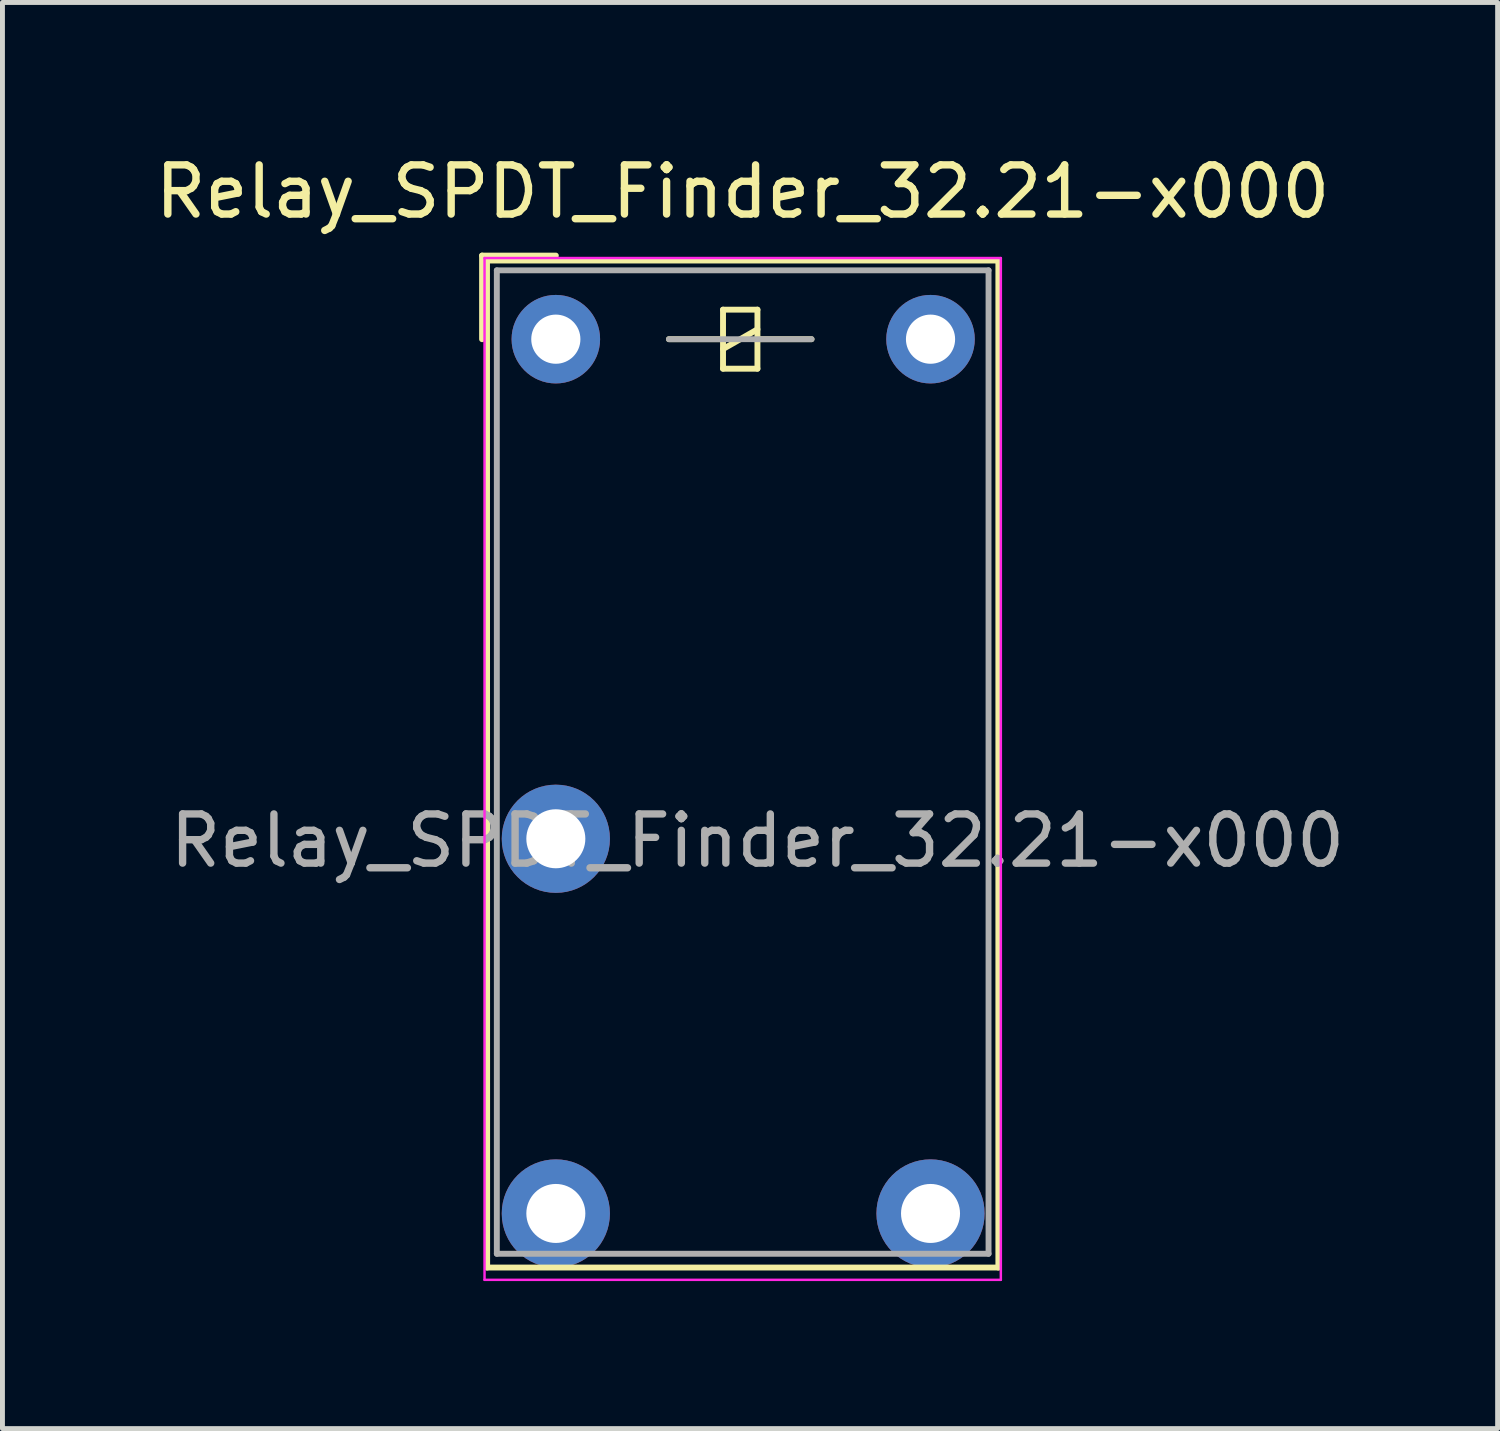
<source format=kicad_pcb>
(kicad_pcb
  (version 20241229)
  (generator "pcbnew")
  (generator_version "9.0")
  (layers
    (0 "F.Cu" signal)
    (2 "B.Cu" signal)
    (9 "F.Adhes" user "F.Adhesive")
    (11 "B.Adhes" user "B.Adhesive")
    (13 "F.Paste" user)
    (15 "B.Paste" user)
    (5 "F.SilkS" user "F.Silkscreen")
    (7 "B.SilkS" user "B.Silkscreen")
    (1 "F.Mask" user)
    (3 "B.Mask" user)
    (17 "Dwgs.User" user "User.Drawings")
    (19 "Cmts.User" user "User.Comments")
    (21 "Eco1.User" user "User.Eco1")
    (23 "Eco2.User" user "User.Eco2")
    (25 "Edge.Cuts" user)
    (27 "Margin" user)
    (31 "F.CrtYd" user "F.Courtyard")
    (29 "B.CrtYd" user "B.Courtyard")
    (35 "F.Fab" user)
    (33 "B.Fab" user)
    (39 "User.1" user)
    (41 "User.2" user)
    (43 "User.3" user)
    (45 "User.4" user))
  (footprint "Relay_SPDT_Finder_32.21-x000"
    (layer "F.Cu")
    (at 8.254 3.848)
    (property "Reference" "Relay_SPDT_Finder_32.21-x000" (at 3.8 -3 0) (layer "F.SilkS") (effects (font (size 1 1) (thickness 0.15))))
    (attr through_hole)
    (fp_line (start -1.5 -1.7) (end 0 -1.7) (stroke (width 0.12) (type solid)) (layer "F.SilkS"))
    (fp_line (start -1.5 0) (end -1.5 -1.7) (stroke (width 0.12) (type solid)) (layer "F.SilkS"))
    (fp_line (start -1.4 -1.6) (end 9 -1.6) (stroke (width 0.12) (type solid)) (layer "F.SilkS"))
    (fp_line (start -1.397 18.88) (end -1.4 -1.6) (stroke (width 0.12) (type solid)) (layer "F.SilkS"))
    (fp_line (start 3.4 -0.6) (end 3.4 0.6) (stroke (width 0.12) (type solid)) (layer "F.SilkS"))
    (fp_line (start 3.4 0) (end 2.3 0) (stroke (width 0.12) (type solid)) (layer "F.SilkS"))
    (fp_line (start 3.4 0.2) (end 4.1 -0.2) (stroke (width 0.12) (type solid)) (layer "F.SilkS"))
    (fp_line (start 3.4 0.6) (end 4.1 0.6) (stroke (width 0.12) (type solid)) (layer "F.SilkS"))
    (fp_line (start 4.1 -0.6) (end 3.4 -0.6) (stroke (width 0.12) (type solid)) (layer "F.SilkS"))
    (fp_line (start 4.1 0) (end 5.2 0) (stroke (width 0.12) (type solid)) (layer "F.SilkS"))
    (fp_line (start 4.1 0.6) (end 4.1 -0.6) (stroke (width 0.12) (type solid)) (layer "F.SilkS"))
    (fp_line (start 9 -1.6) (end 9 18.88) (stroke (width 0.12) (type solid)) (layer "F.SilkS"))
    (fp_line (start 9 18.88) (end -1.397 18.88) (stroke (width 0.12) (type solid)) (layer "F.SilkS"))
    (fp_line (start -1.45 -1.65) (end -1.45 19.13) (stroke (width 0.05) (type solid)) (layer "F.CrtYd"))
    (fp_line (start -1.45 -1.65) (end 9.05 -1.65) (stroke (width 0.05) (type solid)) (layer "F.CrtYd"))
    (fp_line (start 9.05 19.13) (end -1.45 19.13) (stroke (width 0.05) (type solid)) (layer "F.CrtYd"))
    (fp_line (start 9.05 19.13) (end 9.05 -1.65) (stroke (width 0.05) (type solid)) (layer "F.CrtYd"))
    (fp_line (start -1.2 -1.4) (end 8.8 -1.4) (stroke (width 0.12) (type solid)) (layer "F.Fab"))
    (fp_line (start -1.2 18.6) (end -1.2 -1.4) (stroke (width 0.12) (type solid)) (layer "F.Fab"))
    (fp_line (start 2.3 0) (end 5.2 0) (stroke (width 0.12) (type solid)) (layer "F.Fab"))
    (fp_line (start 8.8 -1.4) (end 8.8 18.6) (stroke (width 0.12) (type solid)) (layer "F.Fab"))
    (fp_line (start 8.8 18.6) (end -1.2 18.6) (stroke (width 0.12) (type solid)) (layer "F.Fab"))
    (fp_text user "${REFERENCE}" (at 4.1 10.2 0) (layer "F.Fab") (effects (font (size 1 1) (thickness 0.15))))
    (pad "11" thru_hole circle (at 0 10.16) (size 2.2 2.2) (drill 1.2) (layers "*.Cu" "*.Mask"))
    (pad "12" thru_hole circle (at 7.62 17.78) (size 2.2 2.2) (drill 1.2) (layers "*.Cu" "*.Mask"))
    (pad "14" thru_hole circle (at 0 17.78) (size 2.2 2.2) (drill 1.2) (layers "*.Cu" "*.Mask"))
    (pad "A1" thru_hole circle (at 0 0) (size 1.8 1.8) (drill 1) (layers "*.Cu" "*.Mask"))
    (pad "A2" thru_hole circle (at 7.62 0) (size 1.8 1.8) (drill 1) (layers "*.Cu" "*.Mask")))
  (gr_rect
    (start -3 -3)
    (end 27.407 26.003)
    (stroke (width 0.1) (type default))
    (fill no)
    (layer "Edge.Cuts")))
</source>
